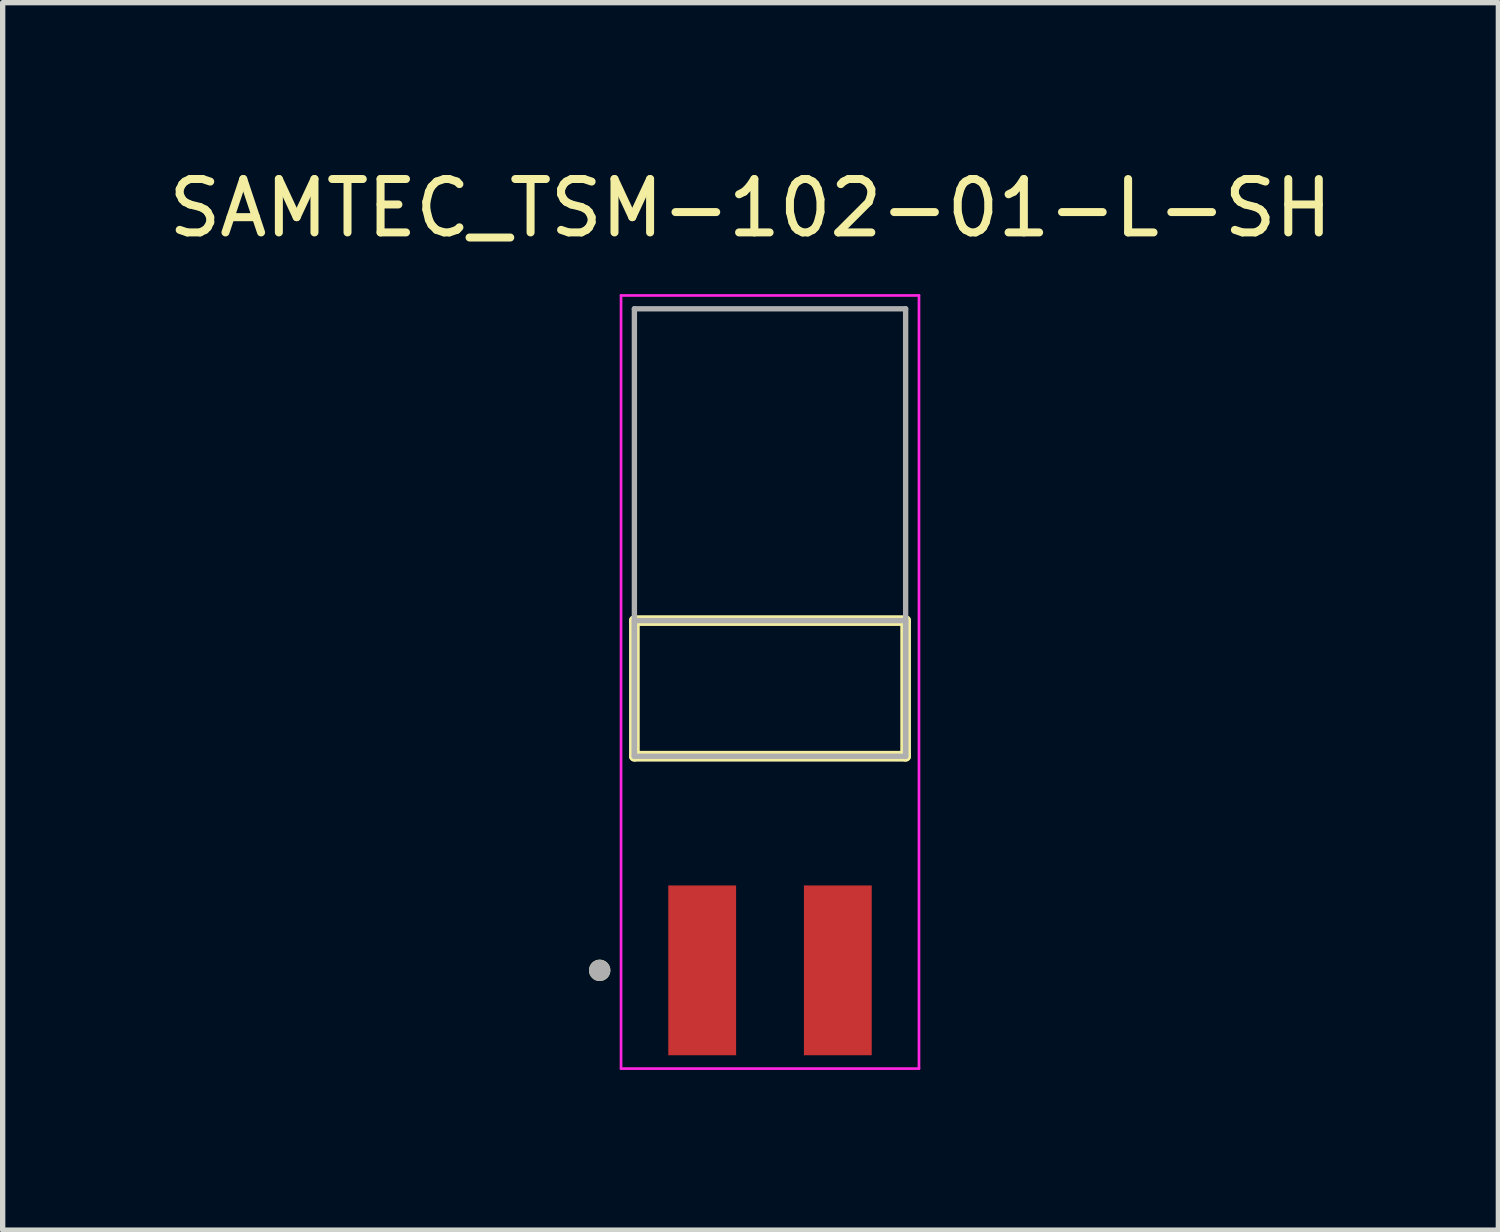
<source format=kicad_pcb>
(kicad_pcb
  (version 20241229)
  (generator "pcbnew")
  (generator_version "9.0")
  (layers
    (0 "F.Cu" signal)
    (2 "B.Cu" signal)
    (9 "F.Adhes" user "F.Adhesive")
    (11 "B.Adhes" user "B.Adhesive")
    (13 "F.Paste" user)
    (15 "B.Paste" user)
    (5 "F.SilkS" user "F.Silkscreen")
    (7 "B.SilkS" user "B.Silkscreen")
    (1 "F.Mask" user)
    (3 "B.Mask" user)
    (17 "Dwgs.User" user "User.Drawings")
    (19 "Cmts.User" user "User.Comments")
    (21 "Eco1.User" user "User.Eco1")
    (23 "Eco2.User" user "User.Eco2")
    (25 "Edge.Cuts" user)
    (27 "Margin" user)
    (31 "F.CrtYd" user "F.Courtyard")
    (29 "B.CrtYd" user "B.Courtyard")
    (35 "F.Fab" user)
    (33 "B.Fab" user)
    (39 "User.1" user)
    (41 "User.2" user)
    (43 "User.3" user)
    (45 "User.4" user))
  (footprint "SAMTEC_TSM-102-01-L-SH"
    (layer "F.Cu")
    (at 11.371 9.843)
    (property "Reference" "SAMTEC_TSM-102-01-L-SH" (at -0.365 -8.995 0) (layer "F.SilkS") (effects (font (size 1 1) (thickness 0.15))))
    (attr smd)
    (fp_line (start -2.54 1.27) (end -2.54 -1.27) (stroke (width 0.2) (type solid)) (layer "F.SilkS"))
    (fp_line (start 2.54 -1.27) (end -2.54 -1.27) (stroke (width 0.2) (type solid)) (layer "F.SilkS"))
    (fp_line (start 2.54 -1.27) (end 2.54 1.27) (stroke (width 0.2) (type solid)) (layer "F.SilkS"))
    (fp_line (start 2.54 1.27) (end -2.54 1.27) (stroke (width 0.2) (type solid)) (layer "F.SilkS"))
    (fp_circle (center -3.19 5.28) (end -3.09 5.28) (stroke (width 0.2) (type solid)) (fill no) (layer "F.SilkS"))
    (fp_line (start -2.79 -7.36) (end 2.79 -7.36) (stroke (width 0.05) (type solid)) (layer "F.CrtYd"))
    (fp_line (start -2.79 7.12) (end -2.79 -7.36) (stroke (width 0.05) (type solid)) (layer "F.CrtYd"))
    (fp_line (start 2.79 -7.36) (end 2.79 7.12) (stroke (width 0.05) (type solid)) (layer "F.CrtYd"))
    (fp_line (start 2.79 7.12) (end -2.79 7.12) (stroke (width 0.05) (type solid)) (layer "F.CrtYd"))
    (fp_line (start -2.54 -7.11) (end 2.54 -7.11) (stroke (width 0.1) (type solid)) (layer "F.Fab"))
    (fp_line (start -2.54 -1.27) (end 2.54 -1.27) (stroke (width 0.1) (type solid)) (layer "F.Fab"))
    (fp_line (start -2.54 1.27) (end -2.54 -7.11) (stroke (width 0.1) (type solid)) (layer "F.Fab"))
    (fp_line (start -2.54 1.27) (end -2.54 -1.27) (stroke (width 0.1) (type solid)) (layer "F.Fab"))
    (fp_line (start 2.54 -7.11) (end 2.54 1.27) (stroke (width 0.1) (type solid)) (layer "F.Fab"))
    (fp_line (start 2.54 -1.27) (end 2.54 1.27) (stroke (width 0.1) (type solid)) (layer "F.Fab"))
    (fp_line (start 2.54 1.27) (end -2.54 1.27) (stroke (width 0.1) (type solid)) (layer "F.Fab"))
    (fp_circle (center -3.19 5.28) (end -3.09 5.28) (stroke (width 0.2) (type solid)) (fill no) (layer "F.Fab"))
    (pad "1" smd rect (at -1.27 5.28) (size 1.27 3.18) (layers "F.Cu" "F.Mask" "F.Paste"))
    (pad "2" smd rect (at 1.27 5.28) (size 1.27 3.18) (layers "F.Cu" "F.Mask" "F.Paste")))
  (gr_rect
    (start -3 -3)
    (end 25.012 19.988)
    (stroke (width 0.1) (type default))
    (fill no)
    (layer "Edge.Cuts")))
</source>
